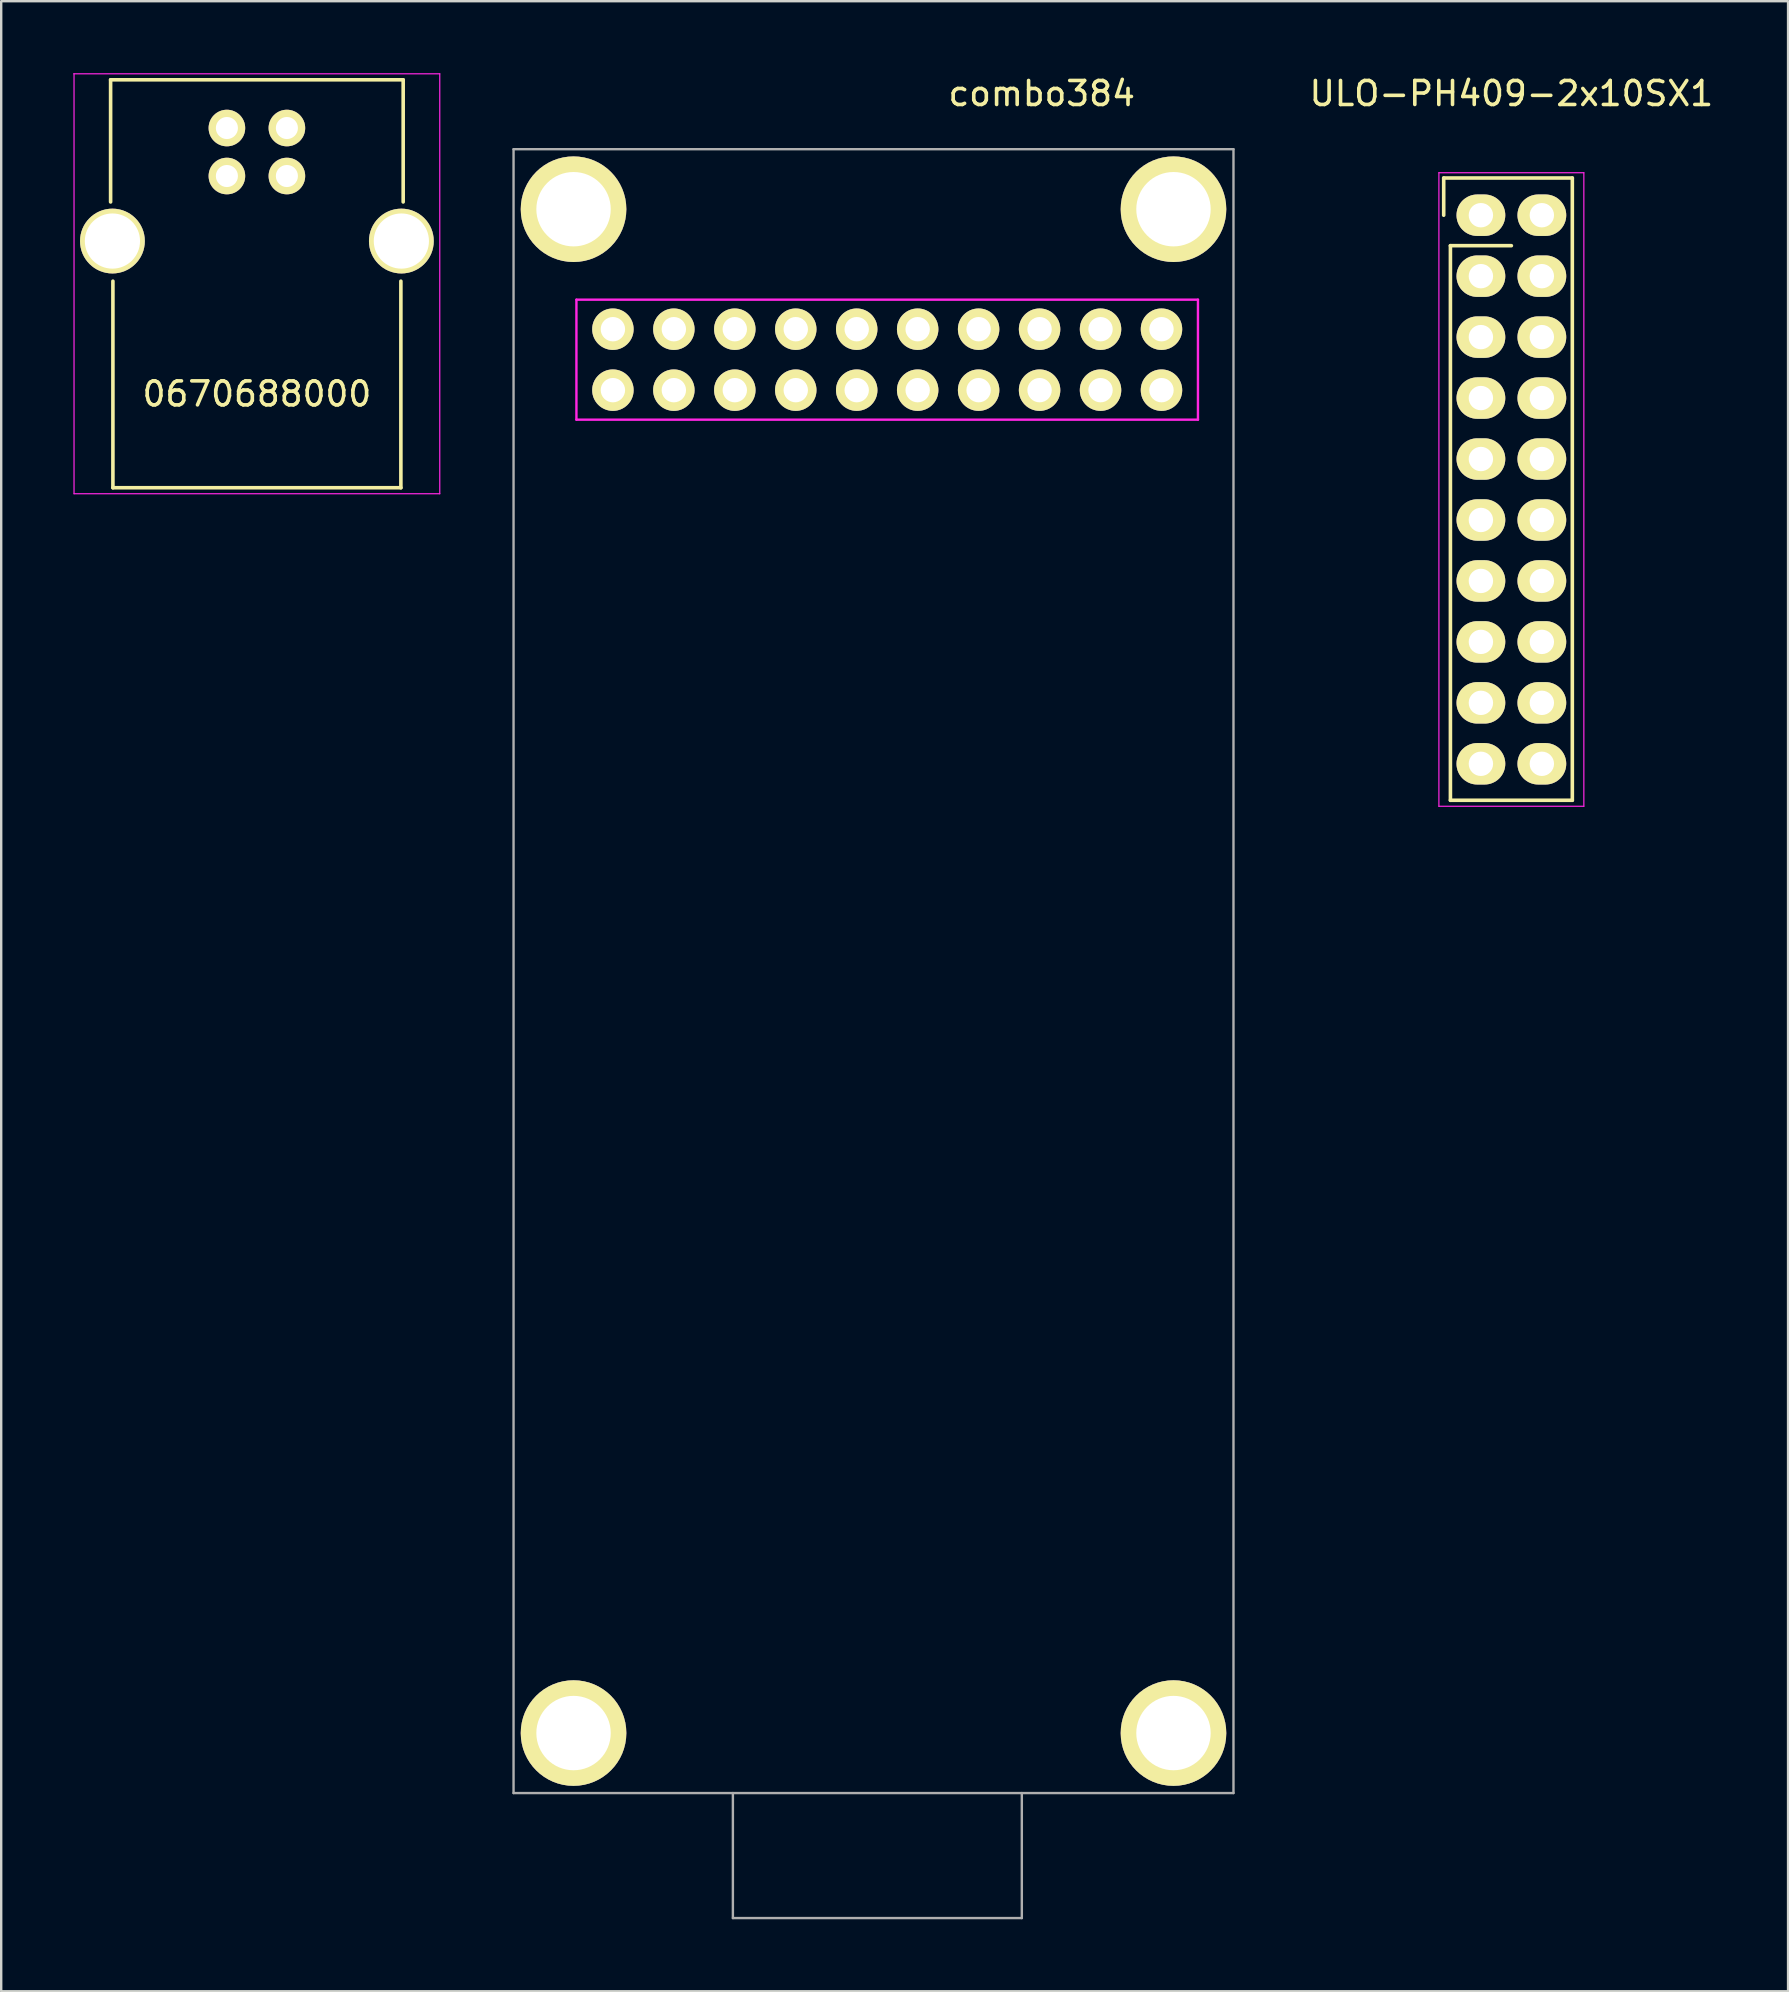
<source format=kicad_pcb>
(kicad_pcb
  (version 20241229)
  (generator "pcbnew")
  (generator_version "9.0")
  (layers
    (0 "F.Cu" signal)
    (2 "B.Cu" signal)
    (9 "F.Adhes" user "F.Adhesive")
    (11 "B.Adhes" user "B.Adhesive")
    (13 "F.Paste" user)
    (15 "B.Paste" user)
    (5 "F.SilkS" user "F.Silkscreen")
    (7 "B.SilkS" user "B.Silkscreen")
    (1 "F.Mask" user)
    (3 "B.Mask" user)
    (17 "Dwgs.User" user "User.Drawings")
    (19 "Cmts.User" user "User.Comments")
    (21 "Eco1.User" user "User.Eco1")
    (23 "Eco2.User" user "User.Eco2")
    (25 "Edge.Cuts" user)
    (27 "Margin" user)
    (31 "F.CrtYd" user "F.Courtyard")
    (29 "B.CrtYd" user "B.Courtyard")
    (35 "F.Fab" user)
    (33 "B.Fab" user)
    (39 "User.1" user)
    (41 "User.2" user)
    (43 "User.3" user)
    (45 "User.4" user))
  (footprint "combo384"
    (layer "F.Cu")
    (at 33.35 37.418)
    (property "Reference" "combo384" (at 7.01 -36.57 0) (layer "F.SilkS") (effects (font (size 1 1) (thickness 0.15))))
    (attr through_hole)
    (fp_line (start -12.38 -27.98) (end -12.38 -22.98) (stroke (width 0.1) (type solid)) (layer "F.CrtYd"))
    (fp_line (start -12.38 -22.98) (end 13.52 -22.98) (stroke (width 0.1) (type solid)) (layer "F.CrtYd"))
    (fp_line (start 13.52 -27.98) (end -12.38 -27.98) (stroke (width 0.1) (type solid)) (layer "F.CrtYd"))
    (fp_line (start 13.52 -27.98) (end 13.52 -22.98) (stroke (width 0.1) (type solid)) (layer "F.CrtYd"))
    (fp_line (start -15 -34.25) (end 15 -34.25) (stroke (width 0.1) (type solid)) (layer "F.Fab"))
    (fp_line (start -15 34.25) (end -15 -34.25) (stroke (width 0.1) (type solid)) (layer "F.Fab"))
    (fp_line (start -5.86 34.25) (end -5.86 39.46) (stroke (width 0.1) (type solid)) (layer "F.Fab"))
    (fp_line (start -5.86 39.46) (end 6.18 39.46) (stroke (width 0.1) (type solid)) (layer "F.Fab"))
    (fp_line (start 6.18 34.25) (end 6.18 39.46) (stroke (width 0.1) (type solid)) (layer "F.Fab"))
    (fp_line (start 15 -34.25) (end 15 34.25) (stroke (width 0.1) (type solid)) (layer "F.Fab"))
    (fp_line (start 15 34.25) (end -15 34.25) (stroke (width 0.1) (type solid)) (layer "F.Fab"))
    (pad "1" thru_hole circle (at 12 -26.75 180) (size 1.727 1.727) (drill 1.016) (layers "*.Cu" "*.Mask" "F.SilkS"))
    (pad "2" thru_hole circle (at 9.46 -26.75 180) (size 1.727 1.727) (drill 1.016) (layers "*.Cu" "*.Mask" "F.SilkS"))
    (pad "3" thru_hole circle (at 6.92 -26.75 180) (size 1.727 1.727) (drill 1.016) (layers "*.Cu" "*.Mask" "F.SilkS"))
    (pad "4" thru_hole circle (at 4.38 -26.75 180) (size 1.727 1.727) (drill 1.016) (layers "*.Cu" "*.Mask" "F.SilkS"))
    (pad "5" thru_hole circle (at 1.84 -26.75 180) (size 1.727 1.727) (drill 1.016) (layers "*.Cu" "*.Mask" "F.SilkS"))
    (pad "6" thru_hole circle (at -0.7 -26.75 180) (size 1.727 1.727) (drill 1.016) (layers "*.Cu" "*.Mask" "F.SilkS"))
    (pad "7" thru_hole circle (at -3.24 -26.75 180) (size 1.727 1.727) (drill 1.016) (layers "*.Cu" "*.Mask" "F.SilkS"))
    (pad "8" thru_hole circle (at -5.78 -26.75 180) (size 1.727 1.727) (drill 1.016) (layers "*.Cu" "*.Mask" "F.SilkS"))
    (pad "9" thru_hole circle (at -8.32 -26.75 180) (size 1.727 1.727) (drill 1.016) (layers "*.Cu" "*.Mask" "F.SilkS"))
    (pad "10" thru_hole circle (at -10.86 -26.75 180) (size 1.727 1.727) (drill 1.016) (layers "*.Cu" "*.Mask" "F.SilkS"))
    (pad "11" thru_hole circle (at 12 -24.21 180) (size 1.727 1.727) (drill 1.016) (layers "*.Cu" "*.Mask" "F.SilkS"))
    (pad "12" thru_hole circle (at 9.46 -24.21 180) (size 1.727 1.727) (drill 1.016) (layers "*.Cu" "*.Mask" "F.SilkS"))
    (pad "13" thru_hole circle (at 6.92 -24.21 180) (size 1.727 1.727) (drill 1.016) (layers "*.Cu" "*.Mask" "F.SilkS"))
    (pad "14" thru_hole circle (at 4.38 -24.21 180) (size 1.727 1.727) (drill 1.016) (layers "*.Cu" "*.Mask" "F.SilkS"))
    (pad "15" thru_hole circle (at 1.84 -24.21 180) (size 1.727 1.727) (drill 1.016) (layers "*.Cu" "*.Mask" "F.SilkS"))
    (pad "16" thru_hole circle (at -0.7 -24.21 180) (size 1.727 1.727) (drill 1.016) (layers "*.Cu" "*.Mask" "F.SilkS"))
    (pad "17" thru_hole circle (at -3.24 -24.21 180) (size 1.727 1.727) (drill 1.016) (layers "*.Cu" "*.Mask" "F.SilkS"))
    (pad "18" thru_hole circle (at -5.78 -24.21 180) (size 1.727 1.727) (drill 1.016) (layers "*.Cu" "*.Mask" "F.SilkS"))
    (pad "19" thru_hole circle (at -8.32 -24.21 180) (size 1.727 1.727) (drill 1.016) (layers "*.Cu" "*.Mask" "F.SilkS"))
    (pad "20" thru_hole circle (at -10.86 -24.21 180) (size 1.727 1.727) (drill 1.016) (layers "*.Cu" "*.Mask" "F.SilkS"))
    (pad "FG" thru_hole circle (at -12.5 -31.75) (size 4.4 4.4) (drill 3.1) (layers "*.Cu" "*.Mask" "F.SilkS"))
    (pad "FG" thru_hole circle (at -12.5 31.75) (size 4.4 4.4) (drill 3.1) (layers "*.Cu" "*.Mask" "F.SilkS"))
    (pad "FG" thru_hole circle (at 12.5 -31.75) (size 4.4 4.4) (drill 3.1) (layers "*.Cu" "*.Mask" "F.SilkS"))
    (pad "FG" thru_hole circle (at 12.5 31.75) (size 4.4 4.4) (drill 3.1) (layers "*.Cu" "*.Mask" "F.SilkS")))
  (footprint "0670688000"
    (layer "F.Cu")
    (at 7.655 8.775)
    (property "Reference" "0670688000" (at 0 4.591 0) (layer "F.SilkS") (effects (font (size 1 1) (thickness 0.15))))
    (attr through_hole)
    (fp_line (start -6.096 -8.5) (end -6.096 -3.41) (stroke (width 0.15) (type solid)) (layer "F.SilkS"))
    (fp_line (start -6.096 -8.5) (end 6.096 -8.5) (stroke (width 0.15) (type solid)) (layer "F.SilkS"))
    (fp_line (start -6 -0.108) (end -6 8.5) (stroke (width 0.15) (type solid)) (layer "F.SilkS"))
    (fp_line (start 6 -0.108) (end 6 8.5) (stroke (width 0.15) (type solid)) (layer "F.SilkS"))
    (fp_line (start 6 8.5) (end -6 8.5) (stroke (width 0.15) (type solid)) (layer "F.SilkS"))
    (fp_line (start 6.096 -8.5) (end 6.096 -3.41) (stroke (width 0.15) (type solid)) (layer "F.SilkS"))
    (fp_line (start -7.63 -8.75) (end 7.62 -8.75) (stroke (width 0.05) (type solid)) (layer "F.CrtYd"))
    (fp_line (start -7.62 8.75) (end -7.62 -8.75) (stroke (width 0.05) (type solid)) (layer "F.CrtYd"))
    (fp_line (start 7.62 -8.75) (end 7.62 8.75) (stroke (width 0.05) (type solid)) (layer "F.CrtYd"))
    (fp_line (start 7.62 8.75) (end -7.62 8.75) (stroke (width 0.05) (type solid)) (layer "F.CrtYd"))
    (pad "1" thru_hole circle (at 1.25 -6.49 180) (size 1.524 1.524) (drill 0.92) (layers "*.Cu" "*.Mask" "F.SilkS"))
    (pad "2" thru_hole circle (at -1.25 -6.49 180) (size 1.524 1.524) (drill 0.92) (layers "*.Cu" "*.Mask" "F.SilkS"))
    (pad "3" thru_hole circle (at -1.25 -4.49 180) (size 1.524 1.524) (drill 0.92) (layers "*.Cu" "*.Mask" "F.SilkS"))
    (pad "4" thru_hole circle (at 1.25 -4.49 180) (size 1.524 1.524) (drill 0.92) (layers "*.Cu" "*.Mask" "F.SilkS"))
    (pad "5" thru_hole circle (at -6.02 -1.78 180) (size 2.7 2.7) (drill 2.3) (layers "*.Cu" "*.Mask" "F.SilkS"))
    (pad "5" thru_hole circle (at 6.02 -1.78 180) (size 2.7 2.7) (drill 2.3) (layers "*.Cu" "*.Mask" "F.SilkS")))
  (footprint "ULO-PH409-2x10SX1"
    (layer "F.Cu")
    (at 59.93 17.348)
    (property "Reference" "ULO-PH409-2x10SX1" (at 0 -16.5 0) (layer "F.SilkS") (effects (font (size 1 1) (thickness 0.15))))
    (attr through_hole)
    (fp_line (start -2.82 -12.98) (end 2.54 -12.98) (stroke (width 0.15) (type solid)) (layer "F.SilkS"))
    (fp_line (start -2.82 -11.43) (end -2.82 -12.98) (stroke (width 0.15) (type solid)) (layer "F.SilkS"))
    (fp_line (start -2.54 -10.16) (end -2.54 12.95) (stroke (width 0.15) (type solid)) (layer "F.SilkS"))
    (fp_line (start -2.54 12.95) (end 2.54 12.95) (stroke (width 0.15) (type solid)) (layer "F.SilkS"))
    (fp_line (start 0 -10.16) (end -2.54 -10.16) (stroke (width 0.15) (type solid)) (layer "F.SilkS"))
    (fp_line (start 2.54 -12.98) (end 2.54 12.95) (stroke (width 0.15) (type solid)) (layer "F.SilkS"))
    (fp_line (start -3.02 -13.2) (end -3.02 13.2) (stroke (width 0.05) (type solid)) (layer "F.CrtYd"))
    (fp_line (start -3.02 -13.2) (end 3.02 -13.2) (stroke (width 0.05) (type solid)) (layer "F.CrtYd"))
    (fp_line (start -3.02 13.2) (end 3.02 13.2) (stroke (width 0.05) (type solid)) (layer "F.CrtYd"))
    (fp_line (start 3.02 -13.2) (end 3.02 13.2) (stroke (width 0.05) (type solid)) (layer "F.CrtYd"))
    (pad "1" thru_hole oval (at -1.27 -11.43) (size 2.032 1.727) (drill 1.016) (layers "*.Cu" "*.Mask" "F.SilkS"))
    (pad "2" thru_hole oval (at -1.27 -8.89) (size 2.032 1.727) (drill 1.016) (layers "*.Cu" "*.Mask" "F.SilkS"))
    (pad "3" thru_hole oval (at -1.27 -6.35) (size 2.032 1.727) (drill 1.016) (layers "*.Cu" "*.Mask" "F.SilkS"))
    (pad "4" thru_hole oval (at -1.27 -3.81) (size 2.032 1.727) (drill 1.016) (layers "*.Cu" "*.Mask" "F.SilkS"))
    (pad "5" thru_hole oval (at -1.27 -1.27) (size 2.032 1.727) (drill 1.016) (layers "*.Cu" "*.Mask" "F.SilkS"))
    (pad "6" thru_hole oval (at -1.27 1.27) (size 2.032 1.727) (drill 1.016) (layers "*.Cu" "*.Mask" "F.SilkS"))
    (pad "7" thru_hole oval (at -1.27 3.81) (size 2.032 1.727) (drill 1.016) (layers "*.Cu" "*.Mask" "F.SilkS"))
    (pad "8" thru_hole oval (at -1.27 6.35) (size 2.032 1.727) (drill 1.016) (layers "*.Cu" "*.Mask" "F.SilkS"))
    (pad "9" thru_hole oval (at -1.27 8.89) (size 2.032 1.727) (drill 1.016) (layers "*.Cu" "*.Mask" "F.SilkS"))
    (pad "10" thru_hole oval (at -1.27 11.43) (size 2.032 1.727) (drill 1.016) (layers "*.Cu" "*.Mask" "F.SilkS"))
    (pad "11" thru_hole oval (at 1.27 -11.43) (size 2.032 1.727) (drill 1.016) (layers "*.Cu" "*.Mask" "F.SilkS"))
    (pad "12" thru_hole oval (at 1.27 -8.89) (size 2.032 1.727) (drill 1.016) (layers "*.Cu" "*.Mask" "F.SilkS"))
    (pad "13" thru_hole oval (at 1.27 -6.35) (size 2.032 1.727) (drill 1.016) (layers "*.Cu" "*.Mask" "F.SilkS"))
    (pad "14" thru_hole oval (at 1.27 -3.81) (size 2.032 1.727) (drill 1.016) (layers "*.Cu" "*.Mask" "F.SilkS"))
    (pad "15" thru_hole oval (at 1.27 -1.27) (size 2.032 1.727) (drill 1.016) (layers "*.Cu" "*.Mask" "F.SilkS"))
    (pad "16" thru_hole oval (at 1.27 1.27) (size 2.032 1.727) (drill 1.016) (layers "*.Cu" "*.Mask" "F.SilkS"))
    (pad "17" thru_hole oval (at 1.27 3.81) (size 2.032 1.727) (drill 1.016) (layers "*.Cu" "*.Mask" "F.SilkS"))
    (pad "18" thru_hole oval (at 1.27 6.35) (size 2.032 1.727) (drill 1.016) (layers "*.Cu" "*.Mask" "F.SilkS"))
    (pad "19" thru_hole oval (at 1.27 8.89) (size 2.032 1.727) (drill 1.016) (layers "*.Cu" "*.Mask" "F.SilkS"))
    (pad "20" thru_hole oval (at 1.27 11.43) (size 2.032 1.727) (drill 1.016) (layers "*.Cu" "*.Mask" "F.SilkS")))
  (gr_rect
    (start -3 -3)
    (end 71.46 79.928)
    (stroke (width 0.1) (type default))
    (fill no)
    (layer "Edge.Cuts")))
</source>
